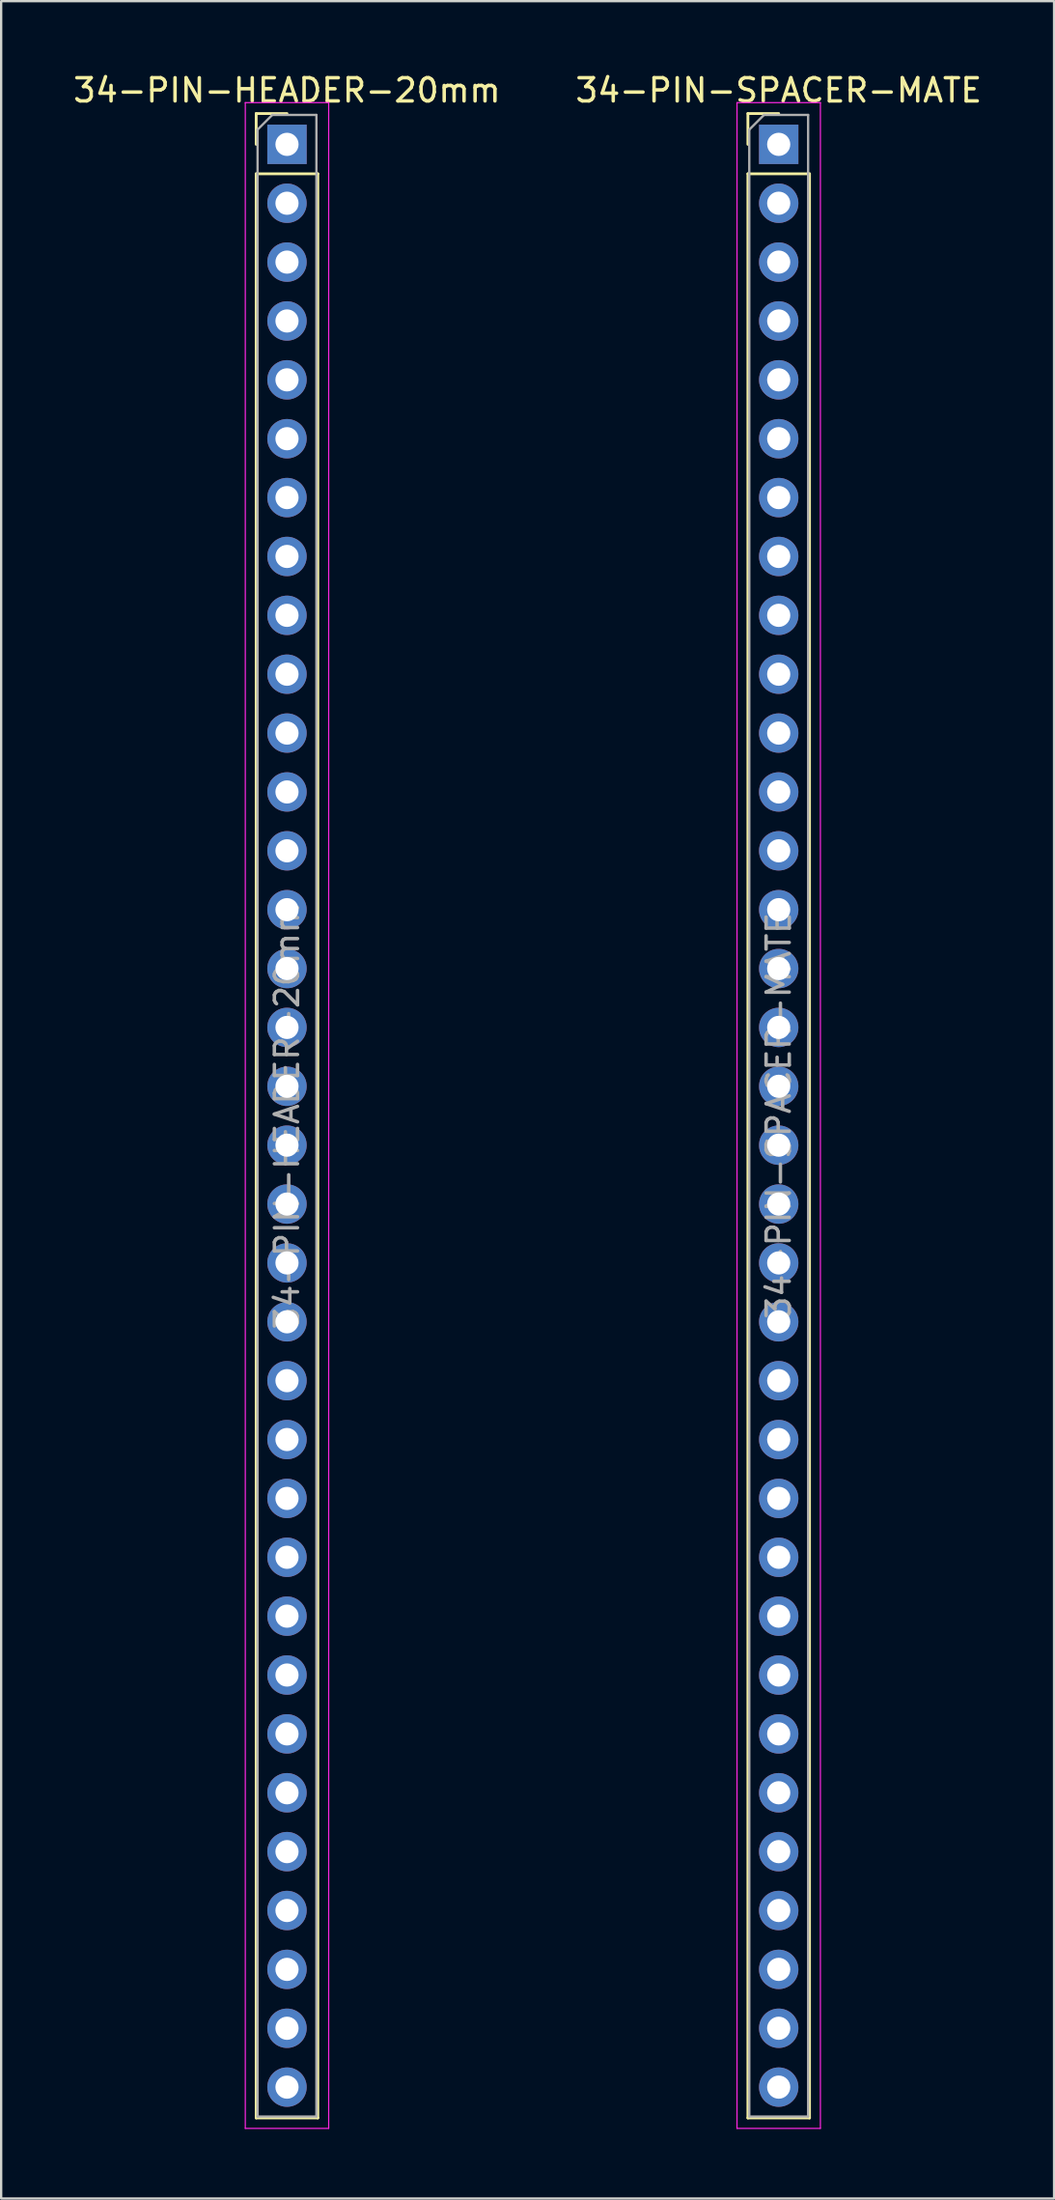
<source format=kicad_pcb>
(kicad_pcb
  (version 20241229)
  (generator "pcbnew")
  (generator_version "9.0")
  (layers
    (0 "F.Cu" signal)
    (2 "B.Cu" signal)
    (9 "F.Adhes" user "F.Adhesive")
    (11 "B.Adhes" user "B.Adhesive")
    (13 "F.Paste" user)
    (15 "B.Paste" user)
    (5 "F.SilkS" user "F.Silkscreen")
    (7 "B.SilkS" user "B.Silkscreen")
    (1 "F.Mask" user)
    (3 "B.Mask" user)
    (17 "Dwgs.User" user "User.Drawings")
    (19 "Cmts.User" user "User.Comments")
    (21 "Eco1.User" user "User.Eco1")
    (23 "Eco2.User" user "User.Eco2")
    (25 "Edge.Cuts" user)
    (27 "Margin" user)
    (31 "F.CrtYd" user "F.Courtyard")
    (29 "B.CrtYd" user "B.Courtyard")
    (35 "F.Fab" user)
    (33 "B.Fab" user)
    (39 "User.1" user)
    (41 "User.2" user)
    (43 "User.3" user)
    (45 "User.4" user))
  (footprint "34-PIN-HEADER-20mm"
    (layer "F.Cu")
    (at 9.339 3.178)
    (property "Reference" "34-PIN-HEADER-20mm" (at 0 -2.33 0) (layer "F.SilkS") (effects (font (size 1 1) (thickness 0.15))))
    (attr through_hole)
    (fp_line (start -1.33 -1.33) (end 0 -1.33) (stroke (width 0.12) (type solid)) (layer "F.SilkS"))
    (fp_line (start -1.33 0) (end -1.33 -1.33) (stroke (width 0.12) (type solid)) (layer "F.SilkS"))
    (fp_line (start -1.33 1.27) (end -1.33 85.15) (stroke (width 0.12) (type solid)) (layer "F.SilkS"))
    (fp_line (start -1.33 1.27) (end 1.33 1.27) (stroke (width 0.12) (type solid)) (layer "F.SilkS"))
    (fp_line (start -1.33 85.15) (end 1.33 85.15) (stroke (width 0.12) (type solid)) (layer "F.SilkS"))
    (fp_line (start 1.33 1.27) (end 1.33 85.15) (stroke (width 0.12) (type solid)) (layer "F.SilkS"))
    (fp_line (start -1.8 -1.8) (end -1.8 85.6) (stroke (width 0.05) (type solid)) (layer "F.CrtYd"))
    (fp_line (start -1.8 85.6) (end 1.8 85.6) (stroke (width 0.05) (type solid)) (layer "F.CrtYd"))
    (fp_line (start 1.8 -1.8) (end -1.8 -1.8) (stroke (width 0.05) (type solid)) (layer "F.CrtYd"))
    (fp_line (start 1.8 85.6) (end 1.8 -1.8) (stroke (width 0.05) (type solid)) (layer "F.CrtYd"))
    (fp_line (start -1.27 -0.635) (end -0.635 -1.27) (stroke (width 0.1) (type solid)) (layer "F.Fab"))
    (fp_line (start -1.27 85.09) (end -1.27 -0.635) (stroke (width 0.1) (type solid)) (layer "F.Fab"))
    (fp_line (start -0.635 -1.27) (end 1.27 -1.27) (stroke (width 0.1) (type solid)) (layer "F.Fab"))
    (fp_line (start 1.27 -1.27) (end 1.27 85.09) (stroke (width 0.1) (type solid)) (layer "F.Fab"))
    (fp_line (start 1.27 85.09) (end -1.27 85.09) (stroke (width 0.1) (type solid)) (layer "F.Fab"))
    (fp_text user "${REFERENCE}" (at 0 41.91 90) (layer "F.Fab") (effects (font (size 1 1) (thickness 0.15))))
    (pad "1" thru_hole rect (at 0 0) (size 1.7 1.7) (drill 1) (layers "*.Cu" "*.Mask"))
    (pad "2" thru_hole oval (at 0 2.54) (size 1.7 1.7) (drill 1) (layers "*.Cu" "*.Mask"))
    (pad "3" thru_hole oval (at 0 5.08) (size 1.7 1.7) (drill 1) (layers "*.Cu" "*.Mask"))
    (pad "4" thru_hole oval (at 0 7.62) (size 1.7 1.7) (drill 1) (layers "*.Cu" "*.Mask"))
    (pad "5" thru_hole oval (at 0 10.16) (size 1.7 1.7) (drill 1) (layers "*.Cu" "*.Mask"))
    (pad "6" thru_hole oval (at 0 12.7) (size 1.7 1.7) (drill 1) (layers "*.Cu" "*.Mask"))
    (pad "7" thru_hole oval (at 0 15.24) (size 1.7 1.7) (drill 1) (layers "*.Cu" "*.Mask"))
    (pad "8" thru_hole oval (at 0 17.78) (size 1.7 1.7) (drill 1) (layers "*.Cu" "*.Mask"))
    (pad "9" thru_hole oval (at 0 20.32) (size 1.7 1.7) (drill 1) (layers "*.Cu" "*.Mask"))
    (pad "10" thru_hole oval (at 0 22.86) (size 1.7 1.7) (drill 1) (layers "*.Cu" "*.Mask"))
    (pad "11" thru_hole oval (at 0 25.4) (size 1.7 1.7) (drill 1) (layers "*.Cu" "*.Mask"))
    (pad "12" thru_hole oval (at 0 27.94) (size 1.7 1.7) (drill 1) (layers "*.Cu" "*.Mask"))
    (pad "13" thru_hole oval (at 0 30.48) (size 1.7 1.7) (drill 1) (layers "*.Cu" "*.Mask"))
    (pad "14" thru_hole oval (at 0 33.02) (size 1.7 1.7) (drill 1) (layers "*.Cu" "*.Mask"))
    (pad "15" thru_hole oval (at 0 35.56) (size 1.7 1.7) (drill 1) (layers "*.Cu" "*.Mask"))
    (pad "16" thru_hole oval (at 0 38.1) (size 1.7 1.7) (drill 1) (layers "*.Cu" "*.Mask"))
    (pad "17" thru_hole oval (at 0 40.64) (size 1.7 1.7) (drill 1) (layers "*.Cu" "*.Mask"))
    (pad "18" thru_hole oval (at 0 43.18) (size 1.7 1.7) (drill 1) (layers "*.Cu" "*.Mask"))
    (pad "19" thru_hole oval (at 0 45.72) (size 1.7 1.7) (drill 1) (layers "*.Cu" "*.Mask"))
    (pad "20" thru_hole oval (at 0 48.26) (size 1.7 1.7) (drill 1) (layers "*.Cu" "*.Mask"))
    (pad "21" thru_hole oval (at 0 50.8) (size 1.7 1.7) (drill 1) (layers "*.Cu" "*.Mask"))
    (pad "22" thru_hole oval (at 0 53.34) (size 1.7 1.7) (drill 1) (layers "*.Cu" "*.Mask"))
    (pad "23" thru_hole oval (at 0 55.88) (size 1.7 1.7) (drill 1) (layers "*.Cu" "*.Mask"))
    (pad "24" thru_hole oval (at 0 58.42) (size 1.7 1.7) (drill 1) (layers "*.Cu" "*.Mask"))
    (pad "25" thru_hole oval (at 0 60.96) (size 1.7 1.7) (drill 1) (layers "*.Cu" "*.Mask"))
    (pad "26" thru_hole oval (at 0 63.5) (size 1.7 1.7) (drill 1) (layers "*.Cu" "*.Mask"))
    (pad "27" thru_hole oval (at 0 66.04) (size 1.7 1.7) (drill 1) (layers "*.Cu" "*.Mask"))
    (pad "28" thru_hole oval (at 0 68.58) (size 1.7 1.7) (drill 1) (layers "*.Cu" "*.Mask"))
    (pad "29" thru_hole oval (at 0 71.12) (size 1.7 1.7) (drill 1) (layers "*.Cu" "*.Mask"))
    (pad "30" thru_hole oval (at 0 73.66) (size 1.7 1.7) (drill 1) (layers "*.Cu" "*.Mask"))
    (pad "31" thru_hole oval (at 0 76.2) (size 1.7 1.7) (drill 1) (layers "*.Cu" "*.Mask"))
    (pad "32" thru_hole oval (at 0 78.74) (size 1.7 1.7) (drill 1) (layers "*.Cu" "*.Mask"))
    (pad "33" thru_hole oval (at 0 81.28) (size 1.7 1.7) (drill 1) (layers "*.Cu" "*.Mask"))
    (pad "34" thru_hole oval (at 0 83.82) (size 1.7 1.7) (drill 1) (layers "*.Cu" "*.Mask")))
  (footprint "34-PIN-SPACER-MATE"
    (layer "F.Cu")
    (at 30.565 3.178)
    (property "Reference" "34-PIN-SPACER-MATE" (at 0 -2.33 0) (layer "F.SilkS") (effects (font (size 1 1) (thickness 0.15))))
    (attr through_hole)
    (fp_line (start -1.33 -1.33) (end 0 -1.33) (stroke (width 0.12) (type solid)) (layer "F.SilkS"))
    (fp_line (start -1.33 0) (end -1.33 -1.33) (stroke (width 0.12) (type solid)) (layer "F.SilkS"))
    (fp_line (start -1.33 1.27) (end -1.33 85.15) (stroke (width 0.12) (type solid)) (layer "F.SilkS"))
    (fp_line (start -1.33 1.27) (end 1.33 1.27) (stroke (width 0.12) (type solid)) (layer "F.SilkS"))
    (fp_line (start -1.33 85.15) (end 1.33 85.15) (stroke (width 0.12) (type solid)) (layer "F.SilkS"))
    (fp_line (start 1.33 1.27) (end 1.33 85.15) (stroke (width 0.12) (type solid)) (layer "F.SilkS"))
    (fp_line (start -1.8 -1.8) (end -1.8 85.6) (stroke (width 0.05) (type solid)) (layer "F.CrtYd"))
    (fp_line (start -1.8 85.6) (end 1.8 85.6) (stroke (width 0.05) (type solid)) (layer "F.CrtYd"))
    (fp_line (start 1.8 -1.8) (end -1.8 -1.8) (stroke (width 0.05) (type solid)) (layer "F.CrtYd"))
    (fp_line (start 1.8 85.6) (end 1.8 -1.8) (stroke (width 0.05) (type solid)) (layer "F.CrtYd"))
    (fp_line (start -1.27 -0.635) (end -0.635 -1.27) (stroke (width 0.1) (type solid)) (layer "F.Fab"))
    (fp_line (start -1.27 85.09) (end -1.27 -0.635) (stroke (width 0.1) (type solid)) (layer "F.Fab"))
    (fp_line (start -0.635 -1.27) (end 1.27 -1.27) (stroke (width 0.1) (type solid)) (layer "F.Fab"))
    (fp_line (start 1.27 -1.27) (end 1.27 85.09) (stroke (width 0.1) (type solid)) (layer "F.Fab"))
    (fp_line (start 1.27 85.09) (end -1.27 85.09) (stroke (width 0.1) (type solid)) (layer "F.Fab"))
    (fp_text user "${REFERENCE}" (at 0 41.91 90) (layer "F.Fab") (effects (font (size 1 1) (thickness 0.15))))
    (pad "1" thru_hole rect (at 0 0) (size 1.7 1.7) (drill 1) (layers "*.Cu" "*.Mask"))
    (pad "2" thru_hole oval (at 0 2.54) (size 1.7 1.7) (drill 1) (layers "*.Cu" "*.Mask"))
    (pad "3" thru_hole oval (at 0 5.08) (size 1.7 1.7) (drill 1) (layers "*.Cu" "*.Mask"))
    (pad "4" thru_hole oval (at 0 7.62) (size 1.7 1.7) (drill 1) (layers "*.Cu" "*.Mask"))
    (pad "5" thru_hole oval (at 0 10.16) (size 1.7 1.7) (drill 1) (layers "*.Cu" "*.Mask"))
    (pad "6" thru_hole oval (at 0 12.7) (size 1.7 1.7) (drill 1) (layers "*.Cu" "*.Mask"))
    (pad "7" thru_hole oval (at 0 15.24) (size 1.7 1.7) (drill 1) (layers "*.Cu" "*.Mask"))
    (pad "8" thru_hole oval (at 0 17.78) (size 1.7 1.7) (drill 1) (layers "*.Cu" "*.Mask"))
    (pad "9" thru_hole oval (at 0 20.32) (size 1.7 1.7) (drill 1) (layers "*.Cu" "*.Mask"))
    (pad "10" thru_hole oval (at 0 22.86) (size 1.7 1.7) (drill 1) (layers "*.Cu" "*.Mask"))
    (pad "11" thru_hole oval (at 0 25.4) (size 1.7 1.7) (drill 1) (layers "*.Cu" "*.Mask"))
    (pad "12" thru_hole oval (at 0 27.94) (size 1.7 1.7) (drill 1) (layers "*.Cu" "*.Mask"))
    (pad "13" thru_hole oval (at 0 30.48) (size 1.7 1.7) (drill 1) (layers "*.Cu" "*.Mask"))
    (pad "14" thru_hole oval (at 0 33.02) (size 1.7 1.7) (drill 1) (layers "*.Cu" "*.Mask"))
    (pad "15" thru_hole oval (at 0 35.56) (size 1.7 1.7) (drill 1) (layers "*.Cu" "*.Mask"))
    (pad "16" thru_hole oval (at 0 38.1) (size 1.7 1.7) (drill 1) (layers "*.Cu" "*.Mask"))
    (pad "17" thru_hole oval (at 0 40.64) (size 1.7 1.7) (drill 1) (layers "*.Cu" "*.Mask"))
    (pad "18" thru_hole oval (at 0 43.18) (size 1.7 1.7) (drill 1) (layers "*.Cu" "*.Mask"))
    (pad "19" thru_hole oval (at 0 45.72) (size 1.7 1.7) (drill 1) (layers "*.Cu" "*.Mask"))
    (pad "20" thru_hole oval (at 0 48.26) (size 1.7 1.7) (drill 1) (layers "*.Cu" "*.Mask"))
    (pad "21" thru_hole oval (at 0 50.8) (size 1.7 1.7) (drill 1) (layers "*.Cu" "*.Mask"))
    (pad "22" thru_hole oval (at 0 53.34) (size 1.7 1.7) (drill 1) (layers "*.Cu" "*.Mask"))
    (pad "23" thru_hole oval (at 0 55.88) (size 1.7 1.7) (drill 1) (layers "*.Cu" "*.Mask"))
    (pad "24" thru_hole oval (at 0 58.42) (size 1.7 1.7) (drill 1) (layers "*.Cu" "*.Mask"))
    (pad "25" thru_hole oval (at 0 60.96) (size 1.7 1.7) (drill 1) (layers "*.Cu" "*.Mask"))
    (pad "26" thru_hole oval (at 0 63.5) (size 1.7 1.7) (drill 1) (layers "*.Cu" "*.Mask"))
    (pad "27" thru_hole oval (at 0 66.04) (size 1.7 1.7) (drill 1) (layers "*.Cu" "*.Mask"))
    (pad "28" thru_hole oval (at 0 68.58) (size 1.7 1.7) (drill 1) (layers "*.Cu" "*.Mask"))
    (pad "29" thru_hole oval (at 0 71.12) (size 1.7 1.7) (drill 1) (layers "*.Cu" "*.Mask"))
    (pad "30" thru_hole oval (at 0 73.66) (size 1.7 1.7) (drill 1) (layers "*.Cu" "*.Mask"))
    (pad "31" thru_hole oval (at 0 76.2) (size 1.7 1.7) (drill 1) (layers "*.Cu" "*.Mask"))
    (pad "32" thru_hole oval (at 0 78.74) (size 1.7 1.7) (drill 1) (layers "*.Cu" "*.Mask"))
    (pad "33" thru_hole oval (at 0 81.28) (size 1.7 1.7) (drill 1) (layers "*.Cu" "*.Mask"))
    (pad "34" thru_hole oval (at 0 83.82) (size 1.7 1.7) (drill 1) (layers "*.Cu" "*.Mask")))
  (gr_rect
    (start -3 -3)
    (end 42.452 91.803)
    (stroke (width 0.1) (type default))
    (fill no)
    (layer "Edge.Cuts")))
</source>
